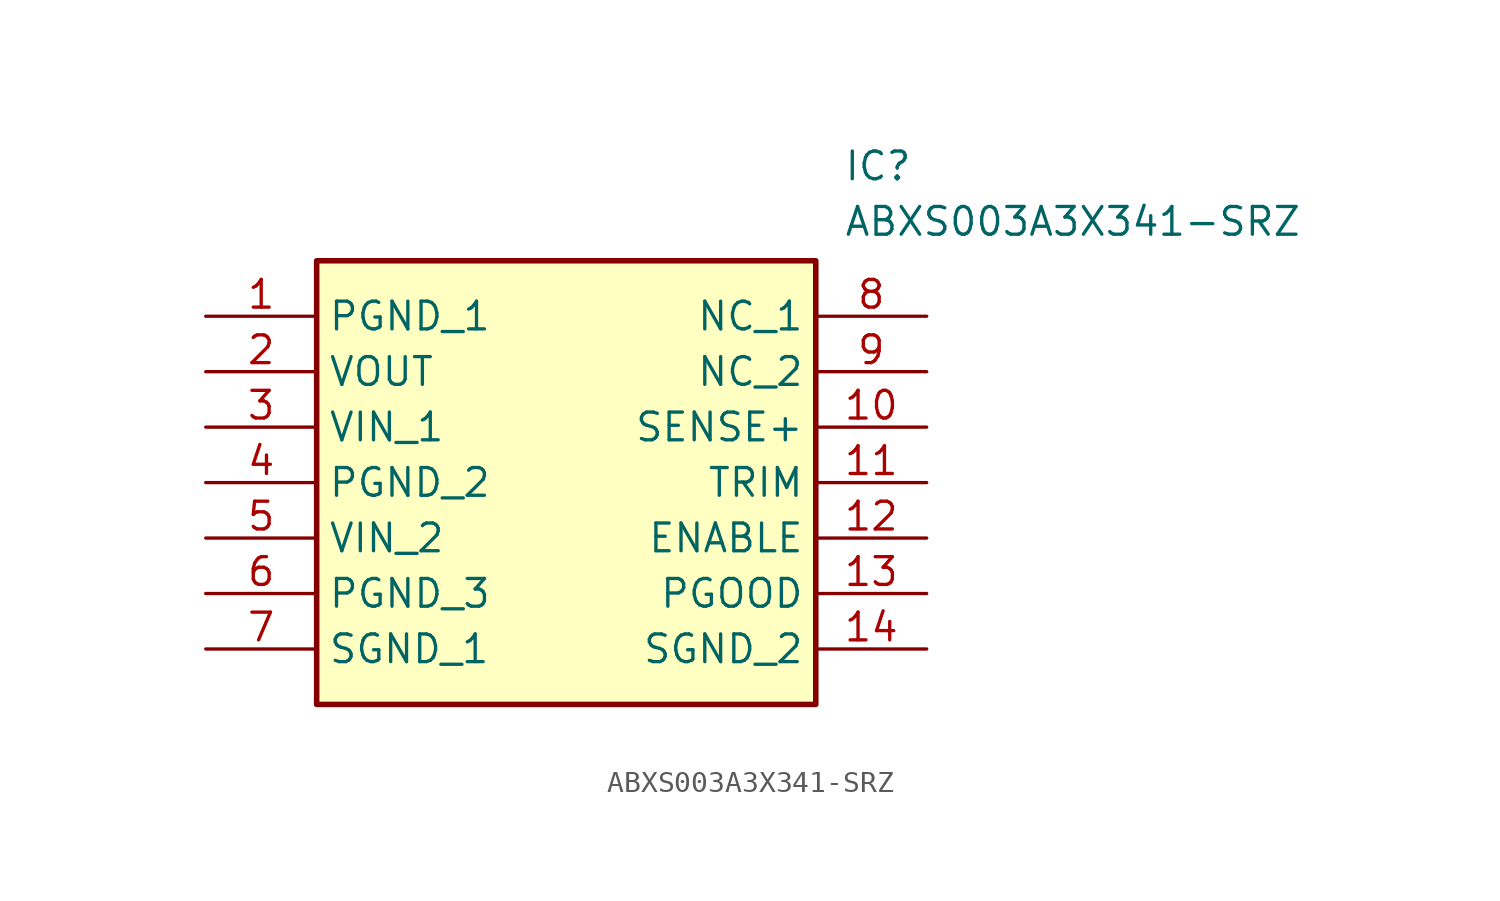
<source format=kicad_sym>
(kicad_symbol_lib
  (version 20211014)
  (generator SamacSys_ECAD_Model)
  (symbol "ABXS003A3X341-SRZ"
    (property "Reference" "IC"
      (at 29.21 7.62 0)
      (effects (font (size 1.27 1.27)) (justify left top)))
    (property "Value" "ABXS003A3X341-SRZ"
      (at 29.21 5.08 0)
      (effects (font (size 1.27 1.27)) (justify left top)))
    (rectangle
      (start 5.08 2.54)
      (end 27.94 -17.78)
      (stroke (width 0.254) (type default))
      (fill (type background)))
    (pin passive line
      (at 0 0 0)
      (length 5.08)
      (name "PGND_1" (effects (font (size 1.27 1.27))))
      (number "1" (effects (font (size 1.27 1.27)))))
    (pin passive line
      (at 0 -2.54 0)
      (length 5.08)
      (name "VOUT" (effects (font (size 1.27 1.27))))
      (number "2" (effects (font (size 1.27 1.27)))))
    (pin passive line
      (at 0 -5.08 0)
      (length 5.08)
      (name "VIN_1" (effects (font (size 1.27 1.27))))
      (number "3" (effects (font (size 1.27 1.27)))))
    (pin passive line
      (at 0 -7.62 0)
      (length 5.08)
      (name "PGND_2" (effects (font (size 1.27 1.27))))
      (number "4" (effects (font (size 1.27 1.27)))))
    (pin passive line
      (at 0 -10.16 0)
      (length 5.08)
      (name "VIN_2" (effects (font (size 1.27 1.27))))
      (number "5" (effects (font (size 1.27 1.27)))))
    (pin passive line
      (at 0 -12.7 0)
      (length 5.08)
      (name "PGND_3" (effects (font (size 1.27 1.27))))
      (number "6" (effects (font (size 1.27 1.27)))))
    (pin passive line
      (at 0 -15.24 0)
      (length 5.08)
      (name "SGND_1" (effects (font (size 1.27 1.27))))
      (number "7" (effects (font (size 1.27 1.27)))))
    (pin passive line
      (at 33.02 0 180)
      (length 5.08)
      (name "NC_1" (effects (font (size 1.27 1.27))))
      (number "8" (effects (font (size 1.27 1.27)))))
    (pin passive line
      (at 33.02 -2.54 180)
      (length 5.08)
      (name "NC_2" (effects (font (size 1.27 1.27))))
      (number "9" (effects (font (size 1.27 1.27)))))
    (pin passive line
      (at 33.02 -5.08 180)
      (length 5.08)
      (name "SENSE+" (effects (font (size 1.27 1.27))))
      (number "10" (effects (font (size 1.27 1.27)))))
    (pin passive line
      (at 33.02 -7.62 180)
      (length 5.08)
      (name "TRIM" (effects (font (size 1.27 1.27))))
      (number "11" (effects (font (size 1.27 1.27)))))
    (pin passive line
      (at 33.02 -10.16 180)
      (length 5.08)
      (name "ENABLE" (effects (font (size 1.27 1.27))))
      (number "12" (effects (font (size 1.27 1.27)))))
    (pin passive line
      (at 33.02 -12.7 180)
      (length 5.08)
      (name "PGOOD" (effects (font (size 1.27 1.27))))
      (number "13" (effects (font (size 1.27 1.27)))))
    (pin passive line
      (at 33.02 -15.24 180)
      (length 5.08)
      (name "SGND_2" (effects (font (size 1.27 1.27))))
      (number "14" (effects (font (size 1.27 1.27)))))))
</source>
